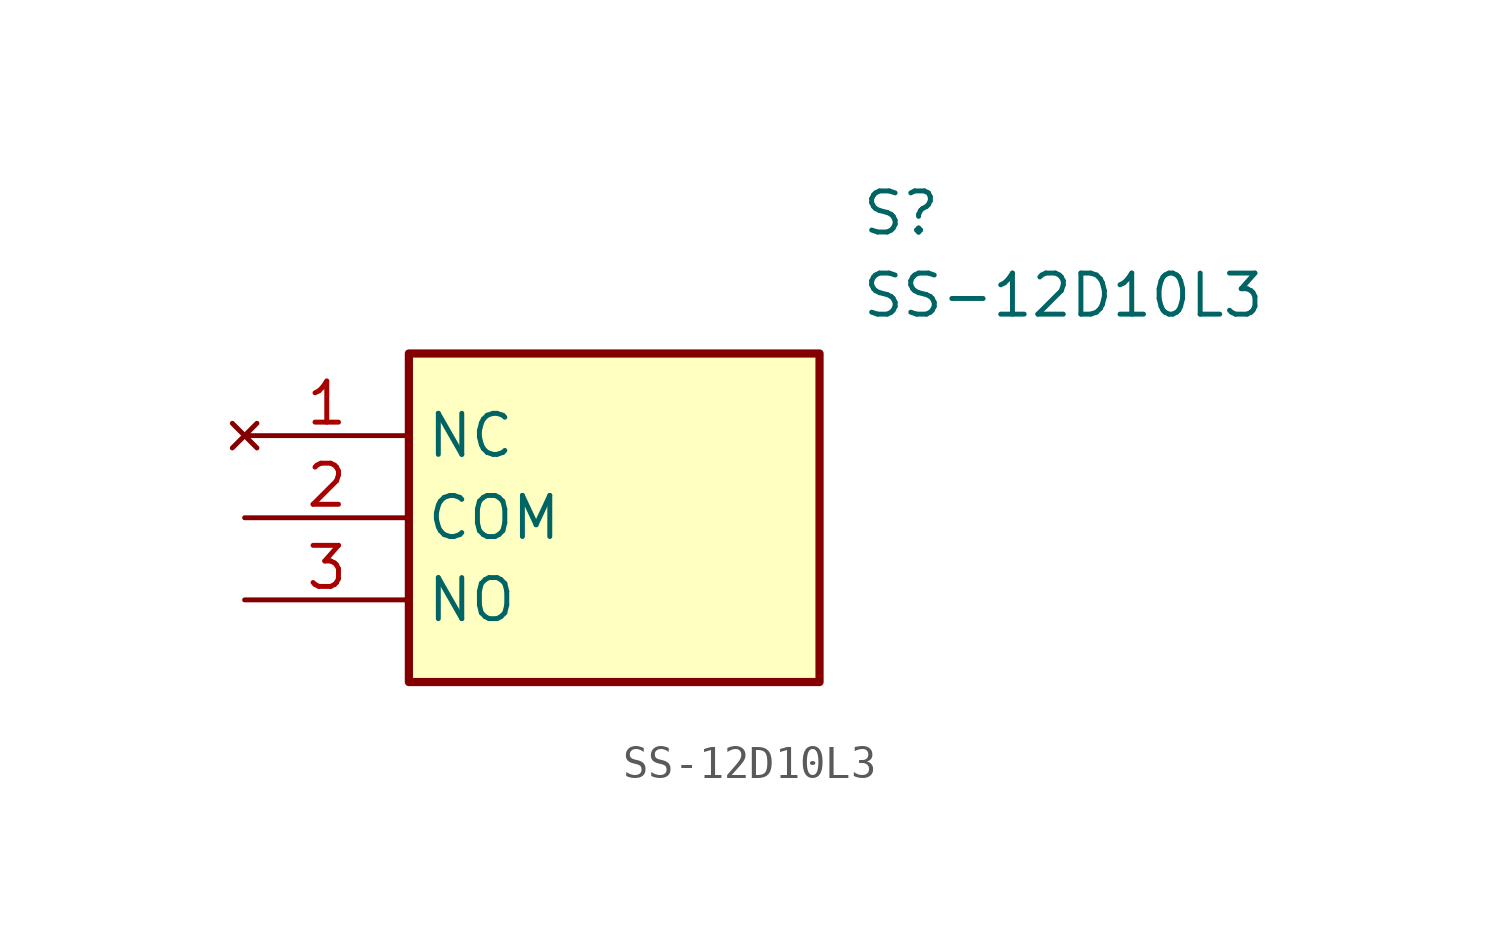
<source format=kicad_sym>
(kicad_symbol_lib
  (version 20211014)
  (generator SamacSys_ECAD_Model)
  (symbol "SS-12D10L3"
    (property "Reference" "S"
      (at 19.05 7.62 0)
      (effects (font (size 1.27 1.27)) (justify left top)))
    (property "Value" "SS-12D10L3"
      (at 19.05 5.08 0)
      (effects (font (size 1.27 1.27)) (justify left top)))
    (rectangle
      (start 5.08 2.54)
      (end 17.78 -7.62)
      (stroke (width 0.254) (type default))
      (fill (type background)))
    (pin no_connect line
      (at 0 0 0)
      (length 5.08)
      (name "NC" (effects (font (size 1.27 1.27))))
      (number "1" (effects (font (size 1.27 1.27)))))
    (pin passive line
      (at 0 -2.54 0)
      (length 5.08)
      (name "COM" (effects (font (size 1.27 1.27))))
      (number "2" (effects (font (size 1.27 1.27)))))
    (pin passive line
      (at 0 -5.08 0)
      (length 5.08)
      (name "NO" (effects (font (size 1.27 1.27))))
      (number "3" (effects (font (size 1.27 1.27)))))))
</source>
